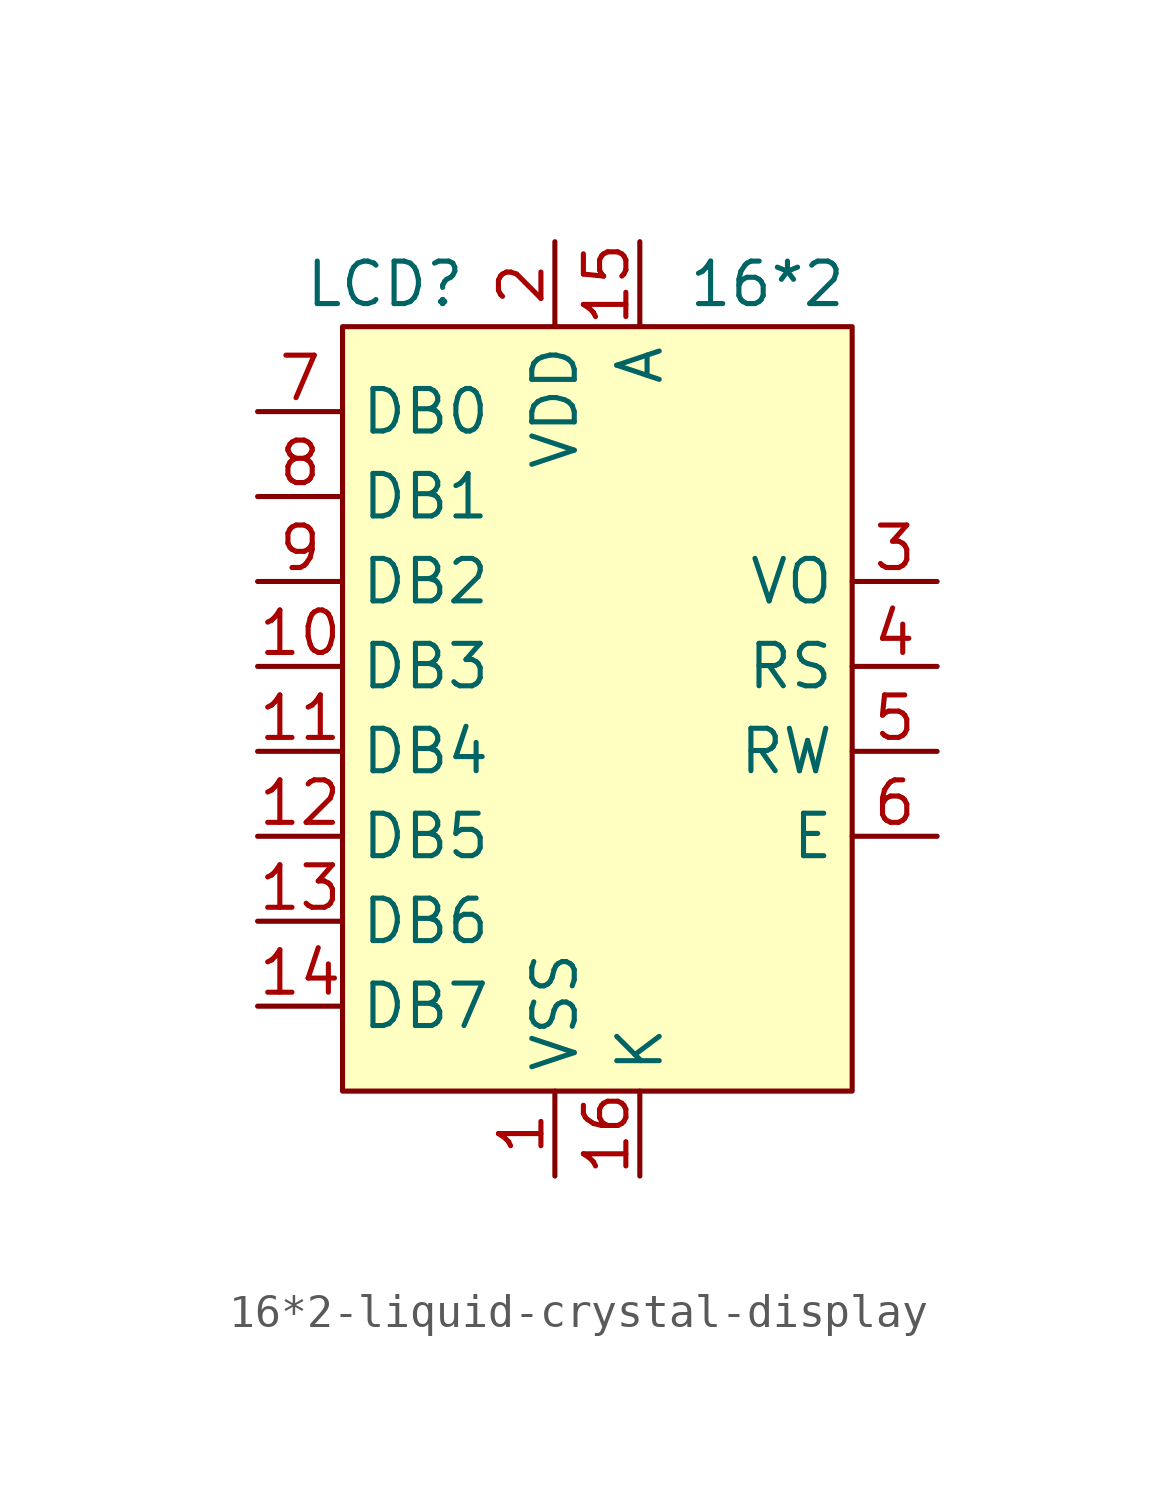
<source format=kicad_sym>
(kicad_symbol_lib
  (version 20220914)
  (generator kicad_symbol_editor)
  (symbol "16*2-liquid-crystal-display"
    (property "Reference" "LCD"
      (at -6.35 12.7 0)
      (effects (font (size 1.27 1.27))))
    (property "Value" ""
      (at -11.43 8.89 0)
      (effects (font (size 1.27 1.27))))
    (symbol "16*2-liquid-crystal-display_1_0"
      (text "16*2" (at 5.08 12.7 0) (effects (font (size 1.27 1.27) (color 0 100 100 1)))))
    (symbol "16*2-liquid-crystal-display_1_1"
      (rectangle (start -7.62 11.43) (end 7.62 -11.43) (stroke (width 0) (type default)) (fill (type background)))
      (pin power_in line (at -1.27 -13.97 90) (length 2.54) (name "VSS" (effects (font (size 1.27 1.27)))) (number "1" (effects (font (size 1.27 1.27)))))
      (pin input line (at -10.16 1.27 0) (length 2.54) (name "DB3" (effects (font (size 1.27 1.27)))) (number "10" (effects (font (size 1.27 1.27)))))
      (pin input line (at -10.16 -1.27 0) (length 2.54) (name "DB4" (effects (font (size 1.27 1.27)))) (number "11" (effects (font (size 1.27 1.27)))))
      (pin input line (at -10.16 -3.81 0) (length 2.54) (name "DB5" (effects (font (size 1.27 1.27)))) (number "12" (effects (font (size 1.27 1.27)))))
      (pin input line (at -10.16 -6.35 0) (length 2.54) (name "DB6" (effects (font (size 1.27 1.27)))) (number "13" (effects (font (size 1.27 1.27)))))
      (pin input line (at -10.16 -8.89 0) (length 2.54) (name "DB7" (effects (font (size 1.27 1.27)))) (number "14" (effects (font (size 1.27 1.27)))))
      (pin power_in line (at 1.27 13.97 270) (length 2.54) (name "A" (effects (font (size 1.27 1.27)))) (number "15" (effects (font (size 1.27 1.27)))))
      (pin power_in line (at 1.27 -13.97 90) (length 2.54) (name "K" (effects (font (size 1.27 1.27)))) (number "16" (effects (font (size 1.27 1.27)))))
      (pin power_in line (at -1.27 13.97 270) (length 2.54) (name "VDD" (effects (font (size 1.27 1.27)))) (number "2" (effects (font (size 1.27 1.27)))))
      (pin input line (at 10.16 3.81 180) (length 2.54) (name "VO" (effects (font (size 1.27 1.27)))) (number "3" (effects (font (size 1.27 1.27)))))
      (pin input line (at 10.16 1.27 180) (length 2.54) (name "RS" (effects (font (size 1.27 1.27)))) (number "4" (effects (font (size 1.27 1.27)))))
      (pin input line (at 10.16 -1.27 180) (length 2.54) (name "RW" (effects (font (size 1.27 1.27)))) (number "5" (effects (font (size 1.27 1.27)))))
      (pin input line (at 10.16 -3.81 180) (length 2.54) (name "E" (effects (font (size 1.27 1.27)))) (number "6" (effects (font (size 1.27 1.27)))))
      (pin input line (at -10.16 8.89 0) (length 2.54) (name "DB0" (effects (font (size 1.27 1.27)))) (number "7" (effects (font (size 1.27 1.27)))))
      (pin input line (at -10.16 6.35 0) (length 2.54) (name "DB1" (effects (font (size 1.27 1.27)))) (number "8" (effects (font (size 1.27 1.27)))))
      (pin input line (at -10.16 3.81 0) (length 2.54) (name "DB2" (effects (font (size 1.27 1.27)))) (number "9" (effects (font (size 1.27 1.27))))))))
</source>
